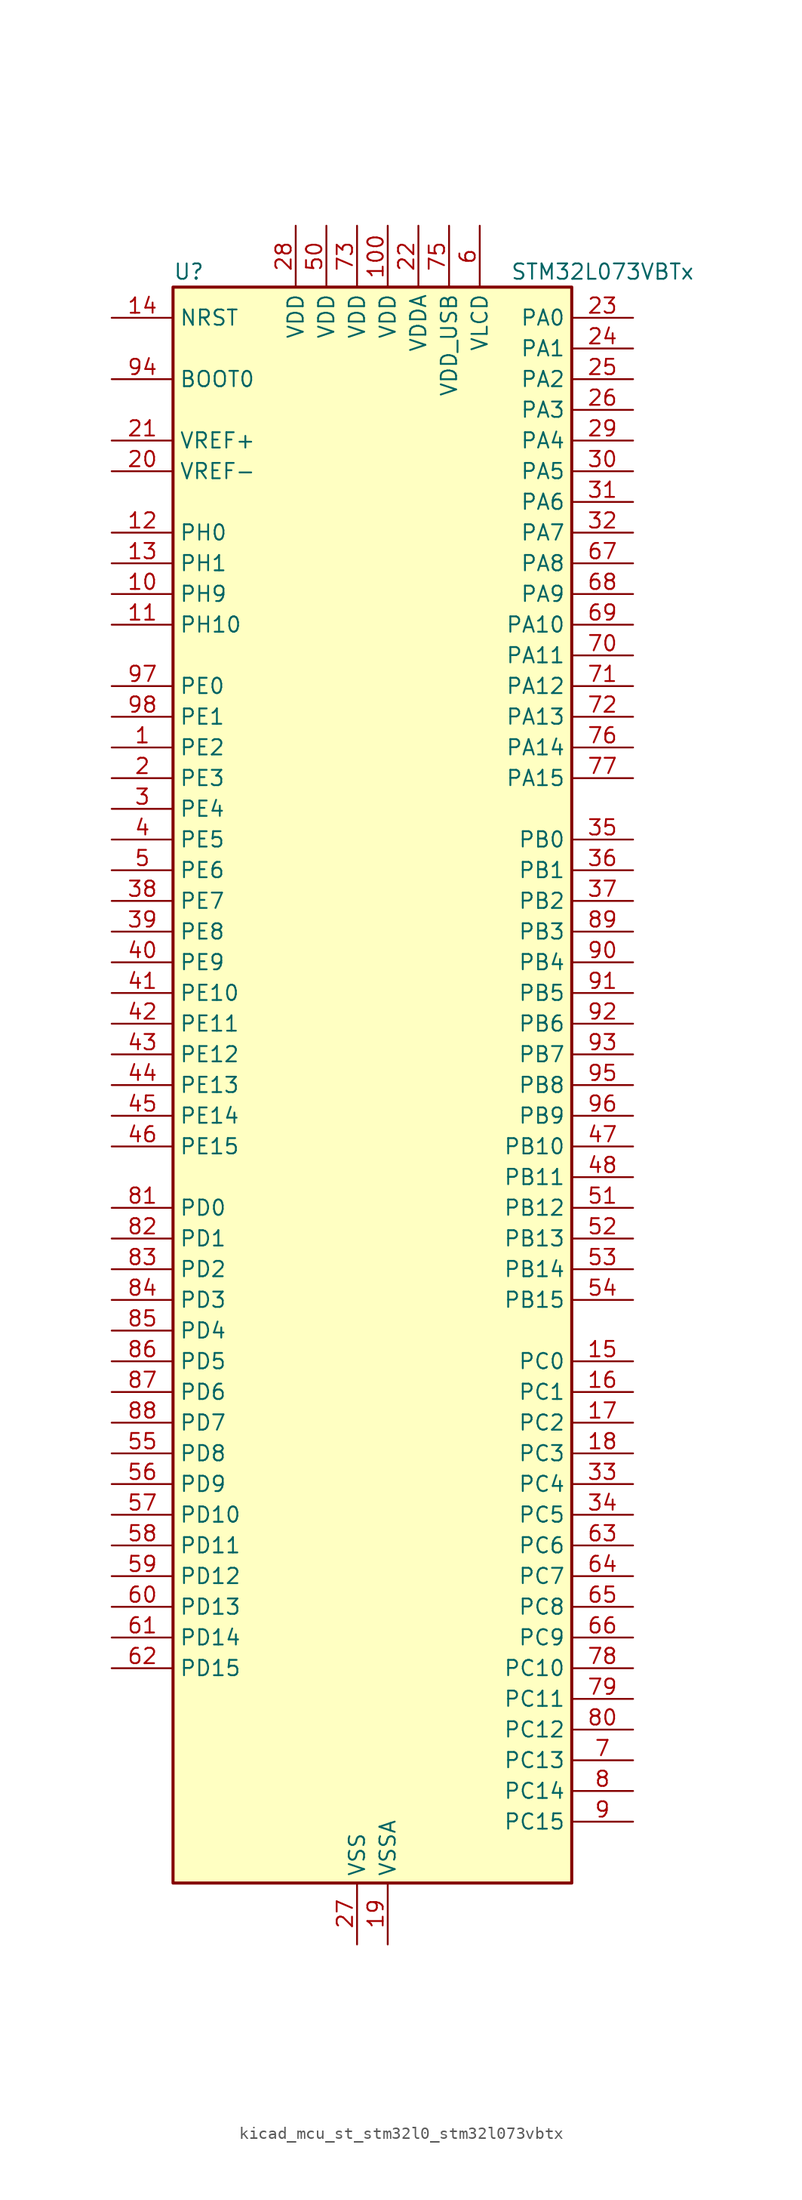
<source format=kicad_sym>
(kicad_symbol_lib
  (version 20220914)
  (generator kicad_symbol_editor)
  (symbol "kicad_mcu_st_stm32l0_stm32l073vbtx"
    (property "Reference" "U"
      (at -15.24 67.31 0)
      (effects (font (size 1.27 1.27)) (justify left)))
    (property "Value" "STM32L073VBTx"
      (at 12.7 67.31 0)
      (effects (font (size 1.27 1.27)) (justify left)))
    (property "ki_locked" ""
      (at 0 0 0)
      (effects (font (size 1.27 1.27))))
    (symbol "kicad_mcu_st_stm32l0_stm32l073vbtx_0_1"
      (rectangle (start -15.24 -66.04) (end 17.78 66.04) (stroke (width 0.254) (type default)) (fill (type background))))
    (symbol "kicad_mcu_st_stm32l0_stm32l073vbtx_1_1"
      (pin bidirectional line (at -20.32 27.94 0) (length 5.08) (name "PE2" (effects (font (size 1.27 1.27)))) (number "1" (effects (font (size 1.27 1.27)))) (alternate "LCD_SEG38" bidirectional line) (alternate "TIM3_ETR" bidirectional line))
      (pin bidirectional line (at -20.32 40.64 0) (length 5.08) (name "PH9" (effects (font (size 1.27 1.27)))) (number "10" (effects (font (size 1.27 1.27)))) (alternate "DAC_EXTI9" bidirectional line))
      (pin power_in line (at 2.54 71.12 270) (length 5.08) (name "VDD" (effects (font (size 1.27 1.27)))) (number "100" (effects (font (size 1.27 1.27)))))
      (pin bidirectional line (at -20.32 38.1 0) (length 5.08) (name "PH10" (effects (font (size 1.27 1.27)))) (number "11" (effects (font (size 1.27 1.27)))))
      (pin bidirectional line (at -20.32 45.72 0) (length 5.08) (name "PH0" (effects (font (size 1.27 1.27)))) (number "12" (effects (font (size 1.27 1.27)))) (alternate "CRS_SYNC" bidirectional line) (alternate "RCC_OSC_IN" bidirectional line))
      (pin bidirectional line (at -20.32 43.18 0) (length 5.08) (name "PH1" (effects (font (size 1.27 1.27)))) (number "13" (effects (font (size 1.27 1.27)))) (alternate "RCC_OSC_OUT" bidirectional line))
      (pin input line (at -20.32 63.5 0) (length 5.08) (name "NRST" (effects (font (size 1.27 1.27)))) (number "14" (effects (font (size 1.27 1.27)))))
      (pin bidirectional line (at 22.86 -22.86 180) (length 5.08) (name "PC0" (effects (font (size 1.27 1.27)))) (number "15" (effects (font (size 1.27 1.27)))) (alternate "ADC_IN10" bidirectional line) (alternate "I2C3_SCL" bidirectional line) (alternate "LCD_SEG18" bidirectional line) (alternate "LPTIM1_IN1" bidirectional line) (alternate "LPUART1_RX" bidirectional line) (alternate "TSC_G7_IO1" bidirectional line))
      (pin bidirectional line (at 22.86 -25.4 180) (length 5.08) (name "PC1" (effects (font (size 1.27 1.27)))) (number "16" (effects (font (size 1.27 1.27)))) (alternate "ADC_IN11" bidirectional line) (alternate "I2C3_SDA" bidirectional line) (alternate "LCD_SEG19" bidirectional line) (alternate "LPTIM1_OUT" bidirectional line) (alternate "LPUART1_TX" bidirectional line) (alternate "TSC_G7_IO2" bidirectional line))
      (pin bidirectional line (at 22.86 -27.94 180) (length 5.08) (name "PC2" (effects (font (size 1.27 1.27)))) (number "17" (effects (font (size 1.27 1.27)))) (alternate "ADC_IN12" bidirectional line) (alternate "I2S2_MCK" bidirectional line) (alternate "LCD_SEG20" bidirectional line) (alternate "LPTIM1_IN2" bidirectional line) (alternate "SPI2_MISO" bidirectional line) (alternate "TSC_G7_IO3" bidirectional line))
      (pin bidirectional line (at 22.86 -30.48 180) (length 5.08) (name "PC3" (effects (font (size 1.27 1.27)))) (number "18" (effects (font (size 1.27 1.27)))) (alternate "ADC_IN13" bidirectional line) (alternate "I2S2_SD" bidirectional line) (alternate "LCD_SEG21" bidirectional line) (alternate "LPTIM1_ETR" bidirectional line) (alternate "SPI2_MOSI" bidirectional line) (alternate "TSC_G7_IO4" bidirectional line))
      (pin power_in line (at 2.54 -71.12 90) (length 5.08) (name "VSSA" (effects (font (size 1.27 1.27)))) (number "19" (effects (font (size 1.27 1.27)))))
      (pin bidirectional line (at -20.32 25.4 0) (length 5.08) (name "PE3" (effects (font (size 1.27 1.27)))) (number "2" (effects (font (size 1.27 1.27)))) (alternate "LCD_SEG39" bidirectional line) (alternate "TIM22_CH1" bidirectional line) (alternate "TIM3_CH1" bidirectional line))
      (pin input line (at -20.32 50.8 0) (length 5.08) (name "VREF-" (effects (font (size 1.27 1.27)))) (number "20" (effects (font (size 1.27 1.27)))))
      (pin input line (at -20.32 53.34 0) (length 5.08) (name "VREF+" (effects (font (size 1.27 1.27)))) (number "21" (effects (font (size 1.27 1.27)))))
      (pin power_in line (at 5.08 71.12 270) (length 5.08) (name "VDDA" (effects (font (size 1.27 1.27)))) (number "22" (effects (font (size 1.27 1.27)))))
      (pin bidirectional line (at 22.86 63.5 180) (length 5.08) (name "PA0" (effects (font (size 1.27 1.27)))) (number "23" (effects (font (size 1.27 1.27)))) (alternate "ADC_IN0" bidirectional line) (alternate "COMP1_INM" bidirectional line) (alternate "COMP1_OUT" bidirectional line) (alternate "RTC_TAMP2" bidirectional line) (alternate "SYS_WKUP1" bidirectional line) (alternate "TIM2_CH1" bidirectional line) (alternate "TIM2_ETR" bidirectional line) (alternate "TSC_G1_IO1" bidirectional line) (alternate "USART2_CTS" bidirectional line) (alternate "USART4_TX" bidirectional line))
      (pin bidirectional line (at 22.86 60.96 180) (length 5.08) (name "PA1" (effects (font (size 1.27 1.27)))) (number "24" (effects (font (size 1.27 1.27)))) (alternate "ADC_IN1" bidirectional line) (alternate "COMP1_INP" bidirectional line) (alternate "LCD_SEG0" bidirectional line) (alternate "TIM21_ETR" bidirectional line) (alternate "TIM2_CH2" bidirectional line) (alternate "TSC_G1_IO2" bidirectional line) (alternate "USART2_DE" bidirectional line) (alternate "USART2_RTS" bidirectional line) (alternate "USART4_RX" bidirectional line))
      (pin bidirectional line (at 22.86 58.42 180) (length 5.08) (name "PA2" (effects (font (size 1.27 1.27)))) (number "25" (effects (font (size 1.27 1.27)))) (alternate "ADC_IN2" bidirectional line) (alternate "COMP2_INM" bidirectional line) (alternate "COMP2_OUT" bidirectional line) (alternate "LCD_SEG1" bidirectional line) (alternate "LPUART1_TX" bidirectional line) (alternate "TIM21_CH1" bidirectional line) (alternate "TIM2_CH3" bidirectional line) (alternate "TSC_G1_IO3" bidirectional line) (alternate "USART2_TX" bidirectional line))
      (pin bidirectional line (at 22.86 55.88 180) (length 5.08) (name "PA3" (effects (font (size 1.27 1.27)))) (number "26" (effects (font (size 1.27 1.27)))) (alternate "ADC_IN3" bidirectional line) (alternate "COMP2_INP" bidirectional line) (alternate "LCD_SEG2" bidirectional line) (alternate "LPUART1_RX" bidirectional line) (alternate "TIM21_CH2" bidirectional line) (alternate "TIM2_CH4" bidirectional line) (alternate "TSC_G1_IO4" bidirectional line) (alternate "USART2_RX" bidirectional line))
      (pin power_in line (at 0 -71.12 90) (length 5.08) (name "VSS" (effects (font (size 1.27 1.27)))) (number "27" (effects (font (size 1.27 1.27)))))
      (pin power_in line (at -5.08 71.12 270) (length 5.08) (name "VDD" (effects (font (size 1.27 1.27)))) (number "28" (effects (font (size 1.27 1.27)))))
      (pin bidirectional line (at 22.86 53.34 180) (length 5.08) (name "PA4" (effects (font (size 1.27 1.27)))) (number "29" (effects (font (size 1.27 1.27)))) (alternate "ADC_IN4" bidirectional line) (alternate "COMP1_INM" bidirectional line) (alternate "COMP2_INM" bidirectional line) (alternate "DAC_OUT1" bidirectional line) (alternate "SPI1_NSS" bidirectional line) (alternate "TIM22_ETR" bidirectional line) (alternate "TSC_G2_IO1" bidirectional line) (alternate "USART2_CK" bidirectional line))
      (pin bidirectional line (at -20.32 22.86 0) (length 5.08) (name "PE4" (effects (font (size 1.27 1.27)))) (number "3" (effects (font (size 1.27 1.27)))) (alternate "TIM22_CH2" bidirectional line) (alternate "TIM3_CH2" bidirectional line))
      (pin bidirectional line (at 22.86 50.8 180) (length 5.08) (name "PA5" (effects (font (size 1.27 1.27)))) (number "30" (effects (font (size 1.27 1.27)))) (alternate "ADC_IN5" bidirectional line) (alternate "COMP1_INM" bidirectional line) (alternate "COMP2_INM" bidirectional line) (alternate "DAC_OUT2" bidirectional line) (alternate "SPI1_SCK" bidirectional line) (alternate "TIM2_CH1" bidirectional line) (alternate "TIM2_ETR" bidirectional line) (alternate "TSC_G2_IO2" bidirectional line))
      (pin bidirectional line (at 22.86 48.26 180) (length 5.08) (name "PA6" (effects (font (size 1.27 1.27)))) (number "31" (effects (font (size 1.27 1.27)))) (alternate "ADC_IN6" bidirectional line) (alternate "COMP1_OUT" bidirectional line) (alternate "LCD_SEG3" bidirectional line) (alternate "LPUART1_CTS" bidirectional line) (alternate "SPI1_MISO" bidirectional line) (alternate "TIM22_CH1" bidirectional line) (alternate "TIM3_CH1" bidirectional line) (alternate "TSC_G2_IO3" bidirectional line))
      (pin bidirectional line (at 22.86 45.72 180) (length 5.08) (name "PA7" (effects (font (size 1.27 1.27)))) (number "32" (effects (font (size 1.27 1.27)))) (alternate "ADC_IN7" bidirectional line) (alternate "COMP2_OUT" bidirectional line) (alternate "LCD_SEG4" bidirectional line) (alternate "SPI1_MOSI" bidirectional line) (alternate "TIM22_CH2" bidirectional line) (alternate "TIM3_CH2" bidirectional line) (alternate "TSC_G2_IO4" bidirectional line))
      (pin bidirectional line (at 22.86 -33.02 180) (length 5.08) (name "PC4" (effects (font (size 1.27 1.27)))) (number "33" (effects (font (size 1.27 1.27)))) (alternate "ADC_IN14" bidirectional line) (alternate "LCD_SEG22" bidirectional line) (alternate "LPUART1_TX" bidirectional line))
      (pin bidirectional line (at 22.86 -35.56 180) (length 5.08) (name "PC5" (effects (font (size 1.27 1.27)))) (number "34" (effects (font (size 1.27 1.27)))) (alternate "ADC_IN15" bidirectional line) (alternate "LCD_SEG23" bidirectional line) (alternate "LPUART1_RX" bidirectional line) (alternate "TSC_G3_IO1" bidirectional line))
      (pin bidirectional line (at 22.86 20.32 180) (length 5.08) (name "PB0" (effects (font (size 1.27 1.27)))) (number "35" (effects (font (size 1.27 1.27)))) (alternate "ADC_IN8" bidirectional line) (alternate "LCD_SEG5" bidirectional line) (alternate "LCD_VLCD3" bidirectional line) (alternate "SYS_VREF_OUT_PB0" bidirectional line) (alternate "TIM3_CH3" bidirectional line) (alternate "TSC_G3_IO2" bidirectional line))
      (pin bidirectional line (at 22.86 17.78 180) (length 5.08) (name "PB1" (effects (font (size 1.27 1.27)))) (number "36" (effects (font (size 1.27 1.27)))) (alternate "ADC_IN9" bidirectional line) (alternate "LCD_SEG6" bidirectional line) (alternate "LPUART1_DE" bidirectional line) (alternate "LPUART1_RTS" bidirectional line) (alternate "SYS_VREF_OUT_PB1" bidirectional line) (alternate "TIM3_CH4" bidirectional line) (alternate "TSC_G3_IO3" bidirectional line))
      (pin bidirectional line (at 22.86 15.24 180) (length 5.08) (name "PB2" (effects (font (size 1.27 1.27)))) (number "37" (effects (font (size 1.27 1.27)))) (alternate "I2C3_SMBA" bidirectional line) (alternate "LCD_VLCD2" bidirectional line) (alternate "LPTIM1_OUT" bidirectional line) (alternate "TSC_G3_IO4" bidirectional line))
      (pin bidirectional line (at -20.32 15.24 0) (length 5.08) (name "PE7" (effects (font (size 1.27 1.27)))) (number "38" (effects (font (size 1.27 1.27)))) (alternate "LCD_SEG45" bidirectional line) (alternate "USART5_CK" bidirectional line) (alternate "USART5_DE" bidirectional line) (alternate "USART5_RTS" bidirectional line))
      (pin bidirectional line (at -20.32 12.7 0) (length 5.08) (name "PE8" (effects (font (size 1.27 1.27)))) (number "39" (effects (font (size 1.27 1.27)))) (alternate "LCD_SEG46" bidirectional line) (alternate "USART4_TX" bidirectional line))
      (pin bidirectional line (at -20.32 20.32 0) (length 5.08) (name "PE5" (effects (font (size 1.27 1.27)))) (number "4" (effects (font (size 1.27 1.27)))) (alternate "TIM21_CH1" bidirectional line) (alternate "TIM3_CH3" bidirectional line))
      (pin bidirectional line (at -20.32 10.16 0) (length 5.08) (name "PE9" (effects (font (size 1.27 1.27)))) (number "40" (effects (font (size 1.27 1.27)))) (alternate "DAC_EXTI9" bidirectional line) (alternate "LCD_SEG47" bidirectional line) (alternate "TIM2_CH1" bidirectional line) (alternate "TIM2_ETR" bidirectional line) (alternate "USART4_RX" bidirectional line))
      (pin bidirectional line (at -20.32 7.62 0) (length 5.08) (name "PE10" (effects (font (size 1.27 1.27)))) (number "41" (effects (font (size 1.27 1.27)))) (alternate "LCD_SEG40" bidirectional line) (alternate "TIM2_CH2" bidirectional line) (alternate "USART5_TX" bidirectional line))
      (pin bidirectional line (at -20.32 5.08 0) (length 5.08) (name "PE11" (effects (font (size 1.27 1.27)))) (number "42" (effects (font (size 1.27 1.27)))) (alternate "ADC_EXTI11" bidirectional line) (alternate "LCD_VLCD1" bidirectional line) (alternate "TIM2_CH3" bidirectional line) (alternate "USART5_RX" bidirectional line))
      (pin bidirectional line (at -20.32 2.54 0) (length 5.08) (name "PE12" (effects (font (size 1.27 1.27)))) (number "43" (effects (font (size 1.27 1.27)))) (alternate "LCD_VLCD3" bidirectional line) (alternate "SPI1_NSS" bidirectional line) (alternate "TIM2_CH4" bidirectional line))
      (pin bidirectional line (at -20.32 0 0) (length 5.08) (name "PE13" (effects (font (size 1.27 1.27)))) (number "44" (effects (font (size 1.27 1.27)))) (alternate "LCD_SEG41" bidirectional line) (alternate "SPI1_SCK" bidirectional line))
      (pin bidirectional line (at -20.32 -2.54 0) (length 5.08) (name "PE14" (effects (font (size 1.27 1.27)))) (number "45" (effects (font (size 1.27 1.27)))) (alternate "LCD_SEG42" bidirectional line) (alternate "SPI1_MISO" bidirectional line))
      (pin bidirectional line (at -20.32 -5.08 0) (length 5.08) (name "PE15" (effects (font (size 1.27 1.27)))) (number "46" (effects (font (size 1.27 1.27)))) (alternate "LCD_SEG43" bidirectional line) (alternate "SPI1_MOSI" bidirectional line))
      (pin bidirectional line (at 22.86 -5.08 180) (length 5.08) (name "PB10" (effects (font (size 1.27 1.27)))) (number "47" (effects (font (size 1.27 1.27)))) (alternate "I2C2_SCL" bidirectional line) (alternate "LCD_SEG10" bidirectional line) (alternate "LPUART1_RX" bidirectional line) (alternate "LPUART1_TX" bidirectional line) (alternate "SPI2_SCK" bidirectional line) (alternate "TIM2_CH3" bidirectional line) (alternate "TSC_SYNC" bidirectional line))
      (pin bidirectional line (at 22.86 -7.62 180) (length 5.08) (name "PB11" (effects (font (size 1.27 1.27)))) (number "48" (effects (font (size 1.27 1.27)))) (alternate "ADC_EXTI11" bidirectional line) (alternate "I2C2_SDA" bidirectional line) (alternate "LCD_SEG11" bidirectional line) (alternate "LPUART1_RX" bidirectional line) (alternate "LPUART1_TX" bidirectional line) (alternate "TIM2_CH4" bidirectional line) (alternate "TSC_G6_IO1" bidirectional line))
      (pin passive line (at 0 -71.12 90) (length 5.08) hide (name "VSS" (effects (font (size 1.27 1.27)))) (number "49" (effects (font (size 1.27 1.27)))))
      (pin bidirectional line (at -20.32 17.78 0) (length 5.08) (name "PE6" (effects (font (size 1.27 1.27)))) (number "5" (effects (font (size 1.27 1.27)))) (alternate "RTC_TAMP3" bidirectional line) (alternate "SYS_WKUP3" bidirectional line) (alternate "TIM21_CH2" bidirectional line) (alternate "TIM3_CH4" bidirectional line))
      (pin power_in line (at -2.54 71.12 270) (length 5.08) (name "VDD" (effects (font (size 1.27 1.27)))) (number "50" (effects (font (size 1.27 1.27)))))
      (pin bidirectional line (at 22.86 -10.16 180) (length 5.08) (name "PB12" (effects (font (size 1.27 1.27)))) (number "51" (effects (font (size 1.27 1.27)))) (alternate "I2S2_WS" bidirectional line) (alternate "LCD_SEG12" bidirectional line) (alternate "LCD_VLCD2" bidirectional line) (alternate "LPUART1_DE" bidirectional line) (alternate "LPUART1_RTS" bidirectional line) (alternate "SPI2_NSS" bidirectional line) (alternate "TSC_G6_IO2" bidirectional line))
      (pin bidirectional line (at 22.86 -12.7 180) (length 5.08) (name "PB13" (effects (font (size 1.27 1.27)))) (number "52" (effects (font (size 1.27 1.27)))) (alternate "I2C2_SCL" bidirectional line) (alternate "I2S2_CK" bidirectional line) (alternate "LCD_SEG13" bidirectional line) (alternate "LPUART1_CTS" bidirectional line) (alternate "RCC_MCO" bidirectional line) (alternate "SPI2_SCK" bidirectional line) (alternate "TIM21_CH1" bidirectional line) (alternate "TSC_G6_IO3" bidirectional line))
      (pin bidirectional line (at 22.86 -15.24 180) (length 5.08) (name "PB14" (effects (font (size 1.27 1.27)))) (number "53" (effects (font (size 1.27 1.27)))) (alternate "I2C2_SDA" bidirectional line) (alternate "I2S2_MCK" bidirectional line) (alternate "LCD_SEG14" bidirectional line) (alternate "LPUART1_DE" bidirectional line) (alternate "LPUART1_RTS" bidirectional line) (alternate "RTC_OUT_ALARM" bidirectional line) (alternate "RTC_OUT_CALIB" bidirectional line) (alternate "SPI2_MISO" bidirectional line) (alternate "TIM21_CH2" bidirectional line) (alternate "TSC_G6_IO4" bidirectional line))
      (pin bidirectional line (at 22.86 -17.78 180) (length 5.08) (name "PB15" (effects (font (size 1.27 1.27)))) (number "54" (effects (font (size 1.27 1.27)))) (alternate "I2S2_SD" bidirectional line) (alternate "LCD_SEG15" bidirectional line) (alternate "RTC_REFIN" bidirectional line) (alternate "SPI2_MOSI" bidirectional line))
      (pin bidirectional line (at -20.32 -30.48 0) (length 5.08) (name "PD8" (effects (font (size 1.27 1.27)))) (number "55" (effects (font (size 1.27 1.27)))) (alternate "LCD_SEG28" bidirectional line) (alternate "LPUART1_TX" bidirectional line))
      (pin bidirectional line (at -20.32 -33.02 0) (length 5.08) (name "PD9" (effects (font (size 1.27 1.27)))) (number "56" (effects (font (size 1.27 1.27)))) (alternate "DAC_EXTI9" bidirectional line) (alternate "LCD_SEG29" bidirectional line) (alternate "LPUART1_RX" bidirectional line))
      (pin bidirectional line (at -20.32 -35.56 0) (length 5.08) (name "PD10" (effects (font (size 1.27 1.27)))) (number "57" (effects (font (size 1.27 1.27)))) (alternate "LCD_SEG30" bidirectional line))
      (pin bidirectional line (at -20.32 -38.1 0) (length 5.08) (name "PD11" (effects (font (size 1.27 1.27)))) (number "58" (effects (font (size 1.27 1.27)))) (alternate "ADC_EXTI11" bidirectional line) (alternate "LCD_SEG31" bidirectional line) (alternate "LPUART1_CTS" bidirectional line))
      (pin bidirectional line (at -20.32 -40.64 0) (length 5.08) (name "PD12" (effects (font (size 1.27 1.27)))) (number "59" (effects (font (size 1.27 1.27)))) (alternate "LCD_SEG32" bidirectional line) (alternate "LPUART1_DE" bidirectional line) (alternate "LPUART1_RTS" bidirectional line))
      (pin power_in line (at 10.16 71.12 270) (length 5.08) (name "VLCD" (effects (font (size 1.27 1.27)))) (number "6" (effects (font (size 1.27 1.27)))))
      (pin bidirectional line (at -20.32 -43.18 0) (length 5.08) (name "PD13" (effects (font (size 1.27 1.27)))) (number "60" (effects (font (size 1.27 1.27)))) (alternate "LCD_SEG33" bidirectional line))
      (pin bidirectional line (at -20.32 -45.72 0) (length 5.08) (name "PD14" (effects (font (size 1.27 1.27)))) (number "61" (effects (font (size 1.27 1.27)))) (alternate "LCD_SEG34" bidirectional line))
      (pin bidirectional line (at -20.32 -48.26 0) (length 5.08) (name "PD15" (effects (font (size 1.27 1.27)))) (number "62" (effects (font (size 1.27 1.27)))) (alternate "CRS_SYNC" bidirectional line) (alternate "LCD_SEG35" bidirectional line))
      (pin bidirectional line (at 22.86 -38.1 180) (length 5.08) (name "PC6" (effects (font (size 1.27 1.27)))) (number "63" (effects (font (size 1.27 1.27)))) (alternate "LCD_SEG24" bidirectional line) (alternate "TIM22_CH1" bidirectional line) (alternate "TIM3_CH1" bidirectional line) (alternate "TSC_G8_IO1" bidirectional line))
      (pin bidirectional line (at 22.86 -40.64 180) (length 5.08) (name "PC7" (effects (font (size 1.27 1.27)))) (number "64" (effects (font (size 1.27 1.27)))) (alternate "LCD_SEG25" bidirectional line) (alternate "TIM22_CH2" bidirectional line) (alternate "TIM3_CH2" bidirectional line) (alternate "TSC_G8_IO2" bidirectional line))
      (pin bidirectional line (at 22.86 -43.18 180) (length 5.08) (name "PC8" (effects (font (size 1.27 1.27)))) (number "65" (effects (font (size 1.27 1.27)))) (alternate "LCD_SEG26" bidirectional line) (alternate "TIM22_ETR" bidirectional line) (alternate "TIM3_CH3" bidirectional line) (alternate "TSC_G8_IO3" bidirectional line))
      (pin bidirectional line (at 22.86 -45.72 180) (length 5.08) (name "PC9" (effects (font (size 1.27 1.27)))) (number "66" (effects (font (size 1.27 1.27)))) (alternate "DAC_EXTI9" bidirectional line) (alternate "I2C3_SDA" bidirectional line) (alternate "LCD_SEG27" bidirectional line) (alternate "TIM21_ETR" bidirectional line) (alternate "TIM3_CH4" bidirectional line) (alternate "TSC_G8_IO4" bidirectional line) (alternate "USB_NOE" bidirectional line))
      (pin bidirectional line (at 22.86 43.18 180) (length 5.08) (name "PA8" (effects (font (size 1.27 1.27)))) (number "67" (effects (font (size 1.27 1.27)))) (alternate "CRS_SYNC" bidirectional line) (alternate "I2C3_SCL" bidirectional line) (alternate "LCD_COM0" bidirectional line) (alternate "RCC_MCO" bidirectional line) (alternate "USART1_CK" bidirectional line))
      (pin bidirectional line (at 22.86 40.64 180) (length 5.08) (name "PA9" (effects (font (size 1.27 1.27)))) (number "68" (effects (font (size 1.27 1.27)))) (alternate "DAC_EXTI9" bidirectional line) (alternate "I2C1_SCL" bidirectional line) (alternate "I2C3_SMBA" bidirectional line) (alternate "LCD_COM1" bidirectional line) (alternate "RCC_MCO" bidirectional line) (alternate "TSC_G4_IO1" bidirectional line) (alternate "USART1_TX" bidirectional line))
      (pin bidirectional line (at 22.86 38.1 180) (length 5.08) (name "PA10" (effects (font (size 1.27 1.27)))) (number "69" (effects (font (size 1.27 1.27)))) (alternate "I2C1_SDA" bidirectional line) (alternate "LCD_COM2" bidirectional line) (alternate "TSC_G4_IO2" bidirectional line) (alternate "USART1_RX" bidirectional line))
      (pin bidirectional line (at 22.86 -55.88 180) (length 5.08) (name "PC13" (effects (font (size 1.27 1.27)))) (number "7" (effects (font (size 1.27 1.27)))) (alternate "RTC_OUT_ALARM" bidirectional line) (alternate "RTC_OUT_CALIB" bidirectional line) (alternate "RTC_TAMP1" bidirectional line) (alternate "RTC_TS" bidirectional line) (alternate "SYS_WKUP2" bidirectional line))
      (pin bidirectional line (at 22.86 35.56 180) (length 5.08) (name "PA11" (effects (font (size 1.27 1.27)))) (number "70" (effects (font (size 1.27 1.27)))) (alternate "ADC_EXTI11" bidirectional line) (alternate "COMP1_OUT" bidirectional line) (alternate "SPI1_MISO" bidirectional line) (alternate "TSC_G4_IO3" bidirectional line) (alternate "USART1_CTS" bidirectional line) (alternate "USB_DM" bidirectional line))
      (pin bidirectional line (at 22.86 33.02 180) (length 5.08) (name "PA12" (effects (font (size 1.27 1.27)))) (number "71" (effects (font (size 1.27 1.27)))) (alternate "COMP2_OUT" bidirectional line) (alternate "SPI1_MOSI" bidirectional line) (alternate "TSC_G4_IO4" bidirectional line) (alternate "USART1_DE" bidirectional line) (alternate "USART1_RTS" bidirectional line) (alternate "USB_DP" bidirectional line))
      (pin bidirectional line (at 22.86 30.48 180) (length 5.08) (name "PA13" (effects (font (size 1.27 1.27)))) (number "72" (effects (font (size 1.27 1.27)))) (alternate "LPUART1_RX" bidirectional line) (alternate "SYS_SWDIO" bidirectional line) (alternate "USB_NOE" bidirectional line))
      (pin power_in line (at 0 71.12 270) (length 5.08) (name "VDD" (effects (font (size 1.27 1.27)))) (number "73" (effects (font (size 1.27 1.27)))))
      (pin passive line (at 0 -71.12 90) (length 5.08) hide (name "VSS" (effects (font (size 1.27 1.27)))) (number "74" (effects (font (size 1.27 1.27)))))
      (pin power_in line (at 7.62 71.12 270) (length 5.08) (name "VDD_USB" (effects (font (size 1.27 1.27)))) (number "75" (effects (font (size 1.27 1.27)))))
      (pin bidirectional line (at 22.86 27.94 180) (length 5.08) (name "PA14" (effects (font (size 1.27 1.27)))) (number "76" (effects (font (size 1.27 1.27)))) (alternate "LPUART1_TX" bidirectional line) (alternate "SYS_SWCLK" bidirectional line) (alternate "USART2_TX" bidirectional line))
      (pin bidirectional line (at 22.86 25.4 180) (length 5.08) (name "PA15" (effects (font (size 1.27 1.27)))) (number "77" (effects (font (size 1.27 1.27)))) (alternate "LCD_SEG17" bidirectional line) (alternate "SPI1_NSS" bidirectional line) (alternate "TIM2_CH1" bidirectional line) (alternate "TIM2_ETR" bidirectional line) (alternate "USART2_RX" bidirectional line) (alternate "USART4_DE" bidirectional line) (alternate "USART4_RTS" bidirectional line))
      (pin bidirectional line (at 22.86 -48.26 180) (length 5.08) (name "PC10" (effects (font (size 1.27 1.27)))) (number "78" (effects (font (size 1.27 1.27)))) (alternate "LCD_COM4" bidirectional line) (alternate "LCD_SEG28" bidirectional line) (alternate "LCD_SEG48" bidirectional line) (alternate "LPUART1_TX" bidirectional line) (alternate "USART4_TX" bidirectional line))
      (pin bidirectional line (at 22.86 -50.8 180) (length 5.08) (name "PC11" (effects (font (size 1.27 1.27)))) (number "79" (effects (font (size 1.27 1.27)))) (alternate "ADC_EXTI11" bidirectional line) (alternate "LCD_COM5" bidirectional line) (alternate "LCD_SEG29" bidirectional line) (alternate "LCD_SEG49" bidirectional line) (alternate "LPUART1_RX" bidirectional line) (alternate "USART4_RX" bidirectional line))
      (pin bidirectional line (at 22.86 -58.42 180) (length 5.08) (name "PC14" (effects (font (size 1.27 1.27)))) (number "8" (effects (font (size 1.27 1.27)))) (alternate "RCC_OSC32_IN" bidirectional line))
      (pin bidirectional line (at 22.86 -53.34 180) (length 5.08) (name "PC12" (effects (font (size 1.27 1.27)))) (number "80" (effects (font (size 1.27 1.27)))) (alternate "LCD_COM6" bidirectional line) (alternate "LCD_SEG30" bidirectional line) (alternate "LCD_SEG50" bidirectional line) (alternate "USART4_CK" bidirectional line) (alternate "USART5_TX" bidirectional line))
      (pin bidirectional line (at -20.32 -10.16 0) (length 5.08) (name "PD0" (effects (font (size 1.27 1.27)))) (number "81" (effects (font (size 1.27 1.27)))) (alternate "I2S2_WS" bidirectional line) (alternate "SPI2_NSS" bidirectional line) (alternate "TIM21_CH1" bidirectional line))
      (pin bidirectional line (at -20.32 -12.7 0) (length 5.08) (name "PD1" (effects (font (size 1.27 1.27)))) (number "82" (effects (font (size 1.27 1.27)))) (alternate "I2S2_CK" bidirectional line) (alternate "SPI2_SCK" bidirectional line))
      (pin bidirectional line (at -20.32 -15.24 0) (length 5.08) (name "PD2" (effects (font (size 1.27 1.27)))) (number "83" (effects (font (size 1.27 1.27)))) (alternate "LCD_COM7" bidirectional line) (alternate "LCD_SEG31" bidirectional line) (alternate "LCD_SEG51" bidirectional line) (alternate "LPUART1_DE" bidirectional line) (alternate "LPUART1_RTS" bidirectional line) (alternate "TIM3_ETR" bidirectional line) (alternate "USART5_RX" bidirectional line))
      (pin bidirectional line (at -20.32 -17.78 0) (length 5.08) (name "PD3" (effects (font (size 1.27 1.27)))) (number "84" (effects (font (size 1.27 1.27)))) (alternate "I2S2_MCK" bidirectional line) (alternate "LCD_SEG44" bidirectional line) (alternate "SPI2_MISO" bidirectional line) (alternate "USART2_CTS" bidirectional line))
      (pin bidirectional line (at -20.32 -20.32 0) (length 5.08) (name "PD4" (effects (font (size 1.27 1.27)))) (number "85" (effects (font (size 1.27 1.27)))) (alternate "I2S2_SD" bidirectional line) (alternate "SPI2_MOSI" bidirectional line) (alternate "USART2_DE" bidirectional line) (alternate "USART2_RTS" bidirectional line))
      (pin bidirectional line (at -20.32 -22.86 0) (length 5.08) (name "PD5" (effects (font (size 1.27 1.27)))) (number "86" (effects (font (size 1.27 1.27)))) (alternate "USART2_TX" bidirectional line))
      (pin bidirectional line (at -20.32 -25.4 0) (length 5.08) (name "PD6" (effects (font (size 1.27 1.27)))) (number "87" (effects (font (size 1.27 1.27)))) (alternate "USART2_RX" bidirectional line))
      (pin bidirectional line (at -20.32 -27.94 0) (length 5.08) (name "PD7" (effects (font (size 1.27 1.27)))) (number "88" (effects (font (size 1.27 1.27)))) (alternate "TIM21_CH2" bidirectional line) (alternate "USART2_CK" bidirectional line))
      (pin bidirectional line (at 22.86 12.7 180) (length 5.08) (name "PB3" (effects (font (size 1.27 1.27)))) (number "89" (effects (font (size 1.27 1.27)))) (alternate "COMP2_INM" bidirectional line) (alternate "LCD_SEG7" bidirectional line) (alternate "SPI1_SCK" bidirectional line) (alternate "TIM2_CH2" bidirectional line) (alternate "TSC_G5_IO1" bidirectional line) (alternate "USART1_DE" bidirectional line) (alternate "USART1_RTS" bidirectional line) (alternate "USART5_TX" bidirectional line))
      (pin bidirectional line (at 22.86 -60.96 180) (length 5.08) (name "PC15" (effects (font (size 1.27 1.27)))) (number "9" (effects (font (size 1.27 1.27)))) (alternate "RCC_OSC32_OUT" bidirectional line))
      (pin bidirectional line (at 22.86 10.16 180) (length 5.08) (name "PB4" (effects (font (size 1.27 1.27)))) (number "90" (effects (font (size 1.27 1.27)))) (alternate "COMP2_INP" bidirectional line) (alternate "I2C3_SDA" bidirectional line) (alternate "LCD_SEG8" bidirectional line) (alternate "SPI1_MISO" bidirectional line) (alternate "TIM22_CH1" bidirectional line) (alternate "TIM3_CH1" bidirectional line) (alternate "TSC_G5_IO2" bidirectional line) (alternate "USART1_CTS" bidirectional line) (alternate "USART5_RX" bidirectional line))
      (pin bidirectional line (at 22.86 7.62 180) (length 5.08) (name "PB5" (effects (font (size 1.27 1.27)))) (number "91" (effects (font (size 1.27 1.27)))) (alternate "COMP2_INP" bidirectional line) (alternate "I2C1_SMBA" bidirectional line) (alternate "LCD_SEG9" bidirectional line) (alternate "LPTIM1_IN1" bidirectional line) (alternate "SPI1_MOSI" bidirectional line) (alternate "TIM22_CH2" bidirectional line) (alternate "TIM3_CH2" bidirectional line) (alternate "USART1_CK" bidirectional line) (alternate "USART5_CK" bidirectional line) (alternate "USART5_DE" bidirectional line) (alternate "USART5_RTS" bidirectional line))
      (pin bidirectional line (at 22.86 5.08 180) (length 5.08) (name "PB6" (effects (font (size 1.27 1.27)))) (number "92" (effects (font (size 1.27 1.27)))) (alternate "COMP2_INP" bidirectional line) (alternate "I2C1_SCL" bidirectional line) (alternate "LPTIM1_ETR" bidirectional line) (alternate "TSC_G5_IO3" bidirectional line) (alternate "USART1_TX" bidirectional line))
      (pin bidirectional line (at 22.86 2.54 180) (length 5.08) (name "PB7" (effects (font (size 1.27 1.27)))) (number "93" (effects (font (size 1.27 1.27)))) (alternate "COMP2_INP" bidirectional line) (alternate "I2C1_SDA" bidirectional line) (alternate "LPTIM1_IN2" bidirectional line) (alternate "SYS_PVD_IN" bidirectional line) (alternate "TSC_G5_IO4" bidirectional line) (alternate "USART1_RX" bidirectional line) (alternate "USART4_CTS" bidirectional line))
      (pin input line (at -20.32 58.42 0) (length 5.08) (name "BOOT0" (effects (font (size 1.27 1.27)))) (number "94" (effects (font (size 1.27 1.27)))))
      (pin bidirectional line (at 22.86 0 180) (length 5.08) (name "PB8" (effects (font (size 1.27 1.27)))) (number "95" (effects (font (size 1.27 1.27)))) (alternate "I2C1_SCL" bidirectional line) (alternate "LCD_SEG16" bidirectional line) (alternate "TSC_SYNC" bidirectional line))
      (pin bidirectional line (at 22.86 -2.54 180) (length 5.08) (name "PB9" (effects (font (size 1.27 1.27)))) (number "96" (effects (font (size 1.27 1.27)))) (alternate "DAC_EXTI9" bidirectional line) (alternate "I2C1_SDA" bidirectional line) (alternate "I2S2_WS" bidirectional line) (alternate "LCD_COM3" bidirectional line) (alternate "SPI2_NSS" bidirectional line))
      (pin bidirectional line (at -20.32 33.02 0) (length 5.08) (name "PE0" (effects (font (size 1.27 1.27)))) (number "97" (effects (font (size 1.27 1.27)))) (alternate "LCD_SEG36" bidirectional line))
      (pin bidirectional line (at -20.32 30.48 0) (length 5.08) (name "PE1" (effects (font (size 1.27 1.27)))) (number "98" (effects (font (size 1.27 1.27)))) (alternate "LCD_SEG37" bidirectional line))
      (pin passive line (at 0 -71.12 90) (length 5.08) hide (name "VSS" (effects (font (size 1.27 1.27)))) (number "99" (effects (font (size 1.27 1.27))))))))
</source>
